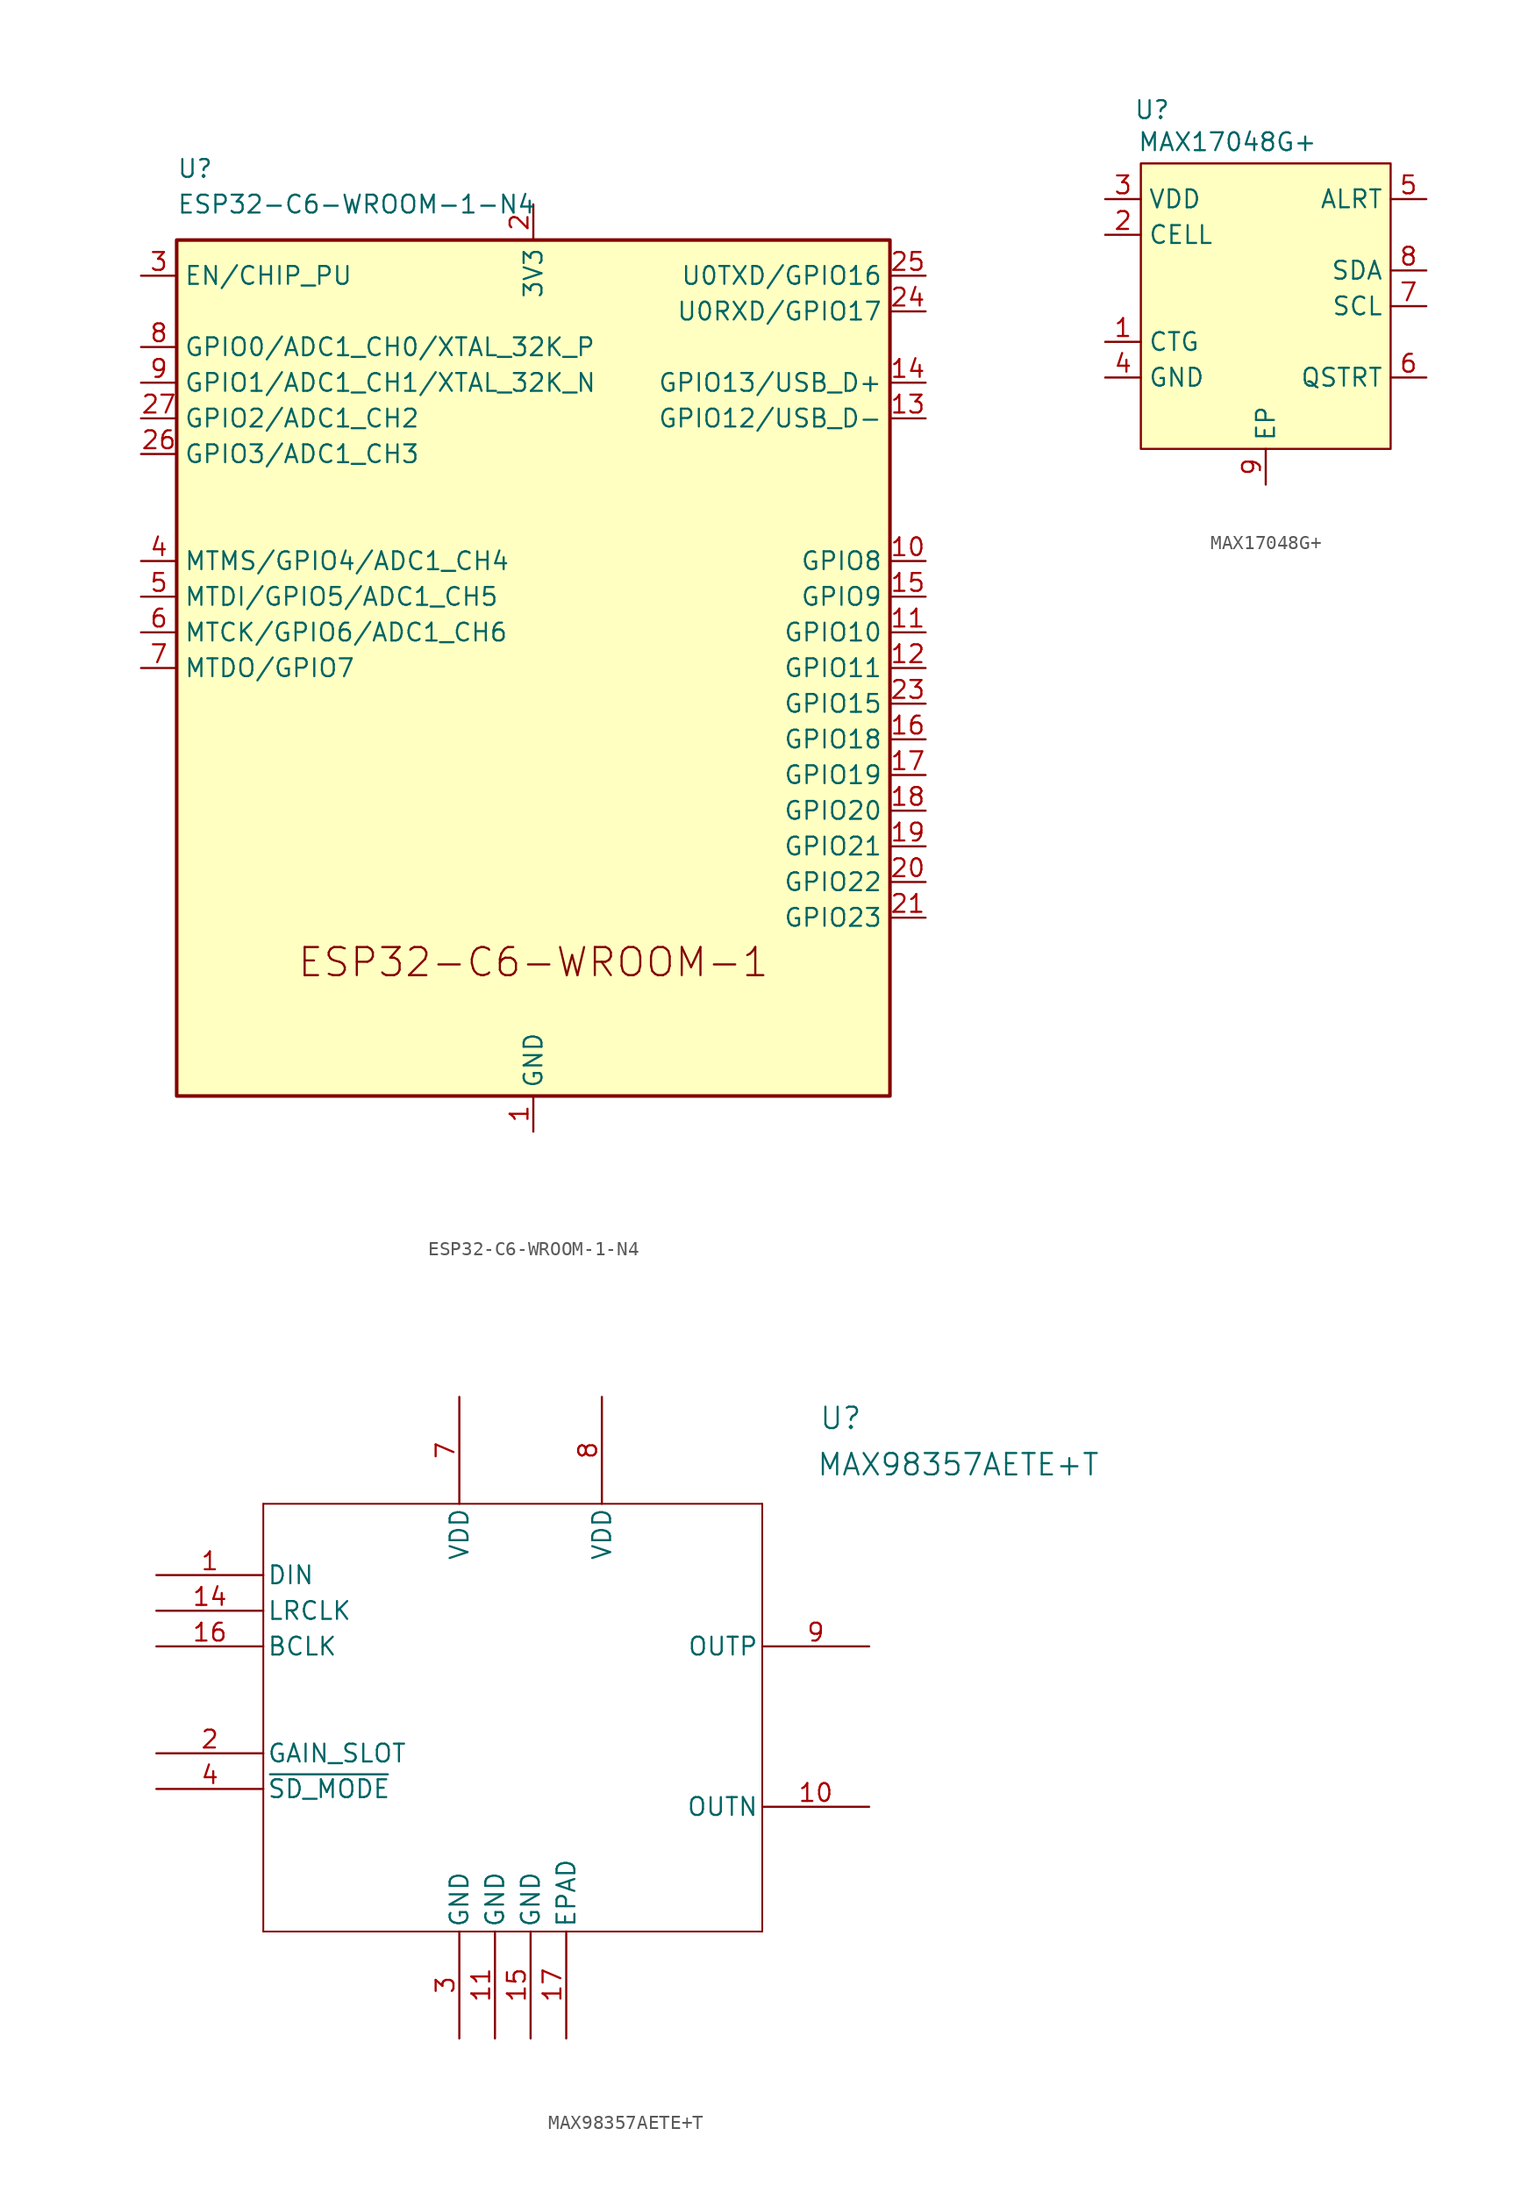
<source format=kicad_sym>
(kicad_symbol_lib
  (version 20231120)
  (generator "kicad_symbol_editor")
  (generator_version "8.0")
  (symbol "ESP32-C6-WROOM-1-N4"
    (property "Reference" "U"
      (at -25.4 35.56 0)
      (effects (font (size 1.27 1.27)) (justify left)))
    (property "Value" "ESP32-C6-WROOM-1-N4"
      (at -25.4 33.02 0)
      (effects (font (size 1.27 1.27)) (justify left)))
    (symbol "ESP32-C6-WROOM-1-N4_0_0"
      (text "ESP32-C6-WROOM-1" (at 0 -20.955 0) (effects (font (size 2 2)))))
    (symbol "ESP32-C6-WROOM-1-N4_0_1"
      (rectangle (start -25.4 30.48) (end 25.4 -30.48) (stroke (width 0.254) (type default)) (fill (type background))))
    (symbol "ESP32-C6-WROOM-1-N4_1_1"
      (pin power_in line (at 0 -33.02 90) (length 2.54) (name "GND" (effects (font (size 1.27 1.27)))) (number "1" (effects (font (size 1.27 1.27)))))
      (pin bidirectional line (at 27.94 7.62 180) (length 2.54) (name "GPIO8" (effects (font (size 1.27 1.27)))) (number "10" (effects (font (size 1.27 1.27)))))
      (pin bidirectional line (at 27.94 2.54 180) (length 2.54) (name "GPIO10" (effects (font (size 1.27 1.27)))) (number "11" (effects (font (size 1.27 1.27)))))
      (pin bidirectional line (at 27.94 0 180) (length 2.54) (name "GPIO11" (effects (font (size 1.27 1.27)))) (number "12" (effects (font (size 1.27 1.27)))))
      (pin bidirectional line (at 27.94 17.78 180) (length 2.54) (name "GPIO12/USB_D-" (effects (font (size 1.27 1.27)))) (number "13" (effects (font (size 1.27 1.27)))))
      (pin bidirectional line (at 27.94 20.32 180) (length 2.54) (name "GPIO13/USB_D+" (effects (font (size 1.27 1.27)))) (number "14" (effects (font (size 1.27 1.27)))))
      (pin bidirectional line (at 27.94 5.08 180) (length 2.54) (name "GPIO9" (effects (font (size 1.27 1.27)))) (number "15" (effects (font (size 1.27 1.27)))))
      (pin bidirectional line (at 27.94 -5.08 180) (length 2.54) (name "GPIO18" (effects (font (size 1.27 1.27)))) (number "16" (effects (font (size 1.27 1.27)))))
      (pin bidirectional line (at 27.94 -7.62 180) (length 2.54) (name "GPIO19" (effects (font (size 1.27 1.27)))) (number "17" (effects (font (size 1.27 1.27)))))
      (pin bidirectional line (at 27.94 -10.16 180) (length 2.54) (name "GPIO20" (effects (font (size 1.27 1.27)))) (number "18" (effects (font (size 1.27 1.27)))))
      (pin bidirectional line (at 27.94 -12.7 180) (length 2.54) (name "GPIO21" (effects (font (size 1.27 1.27)))) (number "19" (effects (font (size 1.27 1.27)))))
      (pin power_in line (at 0 33.02 270) (length 2.54) (name "3V3" (effects (font (size 1.27 1.27)))) (number "2" (effects (font (size 1.27 1.27)))))
      (pin bidirectional line (at 27.94 -15.24 180) (length 2.54) (name "GPIO22" (effects (font (size 1.27 1.27)))) (number "20" (effects (font (size 1.27 1.27)))))
      (pin bidirectional line (at 27.94 -17.78 180) (length 2.54) (name "GPIO23" (effects (font (size 1.27 1.27)))) (number "21" (effects (font (size 1.27 1.27)))))
      (pin no_connect line (at -25.4 -12.7 0) (length 2.54) hide (name "NC" (effects (font (size 1.27 1.27)))) (number "22" (effects (font (size 1.27 1.27)))))
      (pin bidirectional line (at 27.94 -2.54 180) (length 2.54) (name "GPIO15" (effects (font (size 1.27 1.27)))) (number "23" (effects (font (size 1.27 1.27)))))
      (pin bidirectional line (at 27.94 25.4 180) (length 2.54) (name "U0RXD/GPIO17" (effects (font (size 1.27 1.27)))) (number "24" (effects (font (size 1.27 1.27)))))
      (pin bidirectional line (at 27.94 27.94 180) (length 2.54) (name "U0TXD/GPIO16" (effects (font (size 1.27 1.27)))) (number "25" (effects (font (size 1.27 1.27)))))
      (pin bidirectional line (at -27.94 15.24 0) (length 2.54) (name "GPIO3/ADC1_CH3" (effects (font (size 1.27 1.27)))) (number "26" (effects (font (size 1.27 1.27)))))
      (pin bidirectional line (at -27.94 17.78 0) (length 2.54) (name "GPIO2/ADC1_CH2" (effects (font (size 1.27 1.27)))) (number "27" (effects (font (size 1.27 1.27)))))
      (pin passive line (at 0 -33.02 90) (length 2.54) hide (name "GND" (effects (font (size 1.27 1.27)))) (number "28" (effects (font (size 1.27 1.27)))))
      (pin passive line (at 0 -33.02 90) (length 2.54) hide (name "GND" (effects (font (size 1.27 1.27)))) (number "29" (effects (font (size 1.27 1.27)))))
      (pin input line (at -27.94 27.94 0) (length 2.54) (name "EN/CHIP_PU" (effects (font (size 1.27 1.27)))) (number "3" (effects (font (size 1.27 1.27)))))
      (pin bidirectional line (at -27.94 7.62 0) (length 2.54) (name "MTMS/GPIO4/ADC1_CH4" (effects (font (size 1.27 1.27)))) (number "4" (effects (font (size 1.27 1.27)))))
      (pin bidirectional line (at -27.94 5.08 0) (length 2.54) (name "MTDI/GPIO5/ADC1_CH5" (effects (font (size 1.27 1.27)))) (number "5" (effects (font (size 1.27 1.27)))))
      (pin bidirectional line (at -27.94 2.54 0) (length 2.54) (name "MTCK/GPIO6/ADC1_CH6" (effects (font (size 1.27 1.27)))) (number "6" (effects (font (size 1.27 1.27)))))
      (pin bidirectional line (at -27.94 0 0) (length 2.54) (name "MTDO/GPIO7" (effects (font (size 1.27 1.27)))) (number "7" (effects (font (size 1.27 1.27)))))
      (pin bidirectional line (at -27.94 22.86 0) (length 2.54) (name "GPIO0/ADC1_CH0/XTAL_32K_P" (effects (font (size 1.27 1.27)))) (number "8" (effects (font (size 1.27 1.27)))))
      (pin bidirectional line (at -27.94 20.32 0) (length 2.54) (name "GPIO1/ADC1_CH1/XTAL_32K_N" (effects (font (size 1.27 1.27)))) (number "9" (effects (font (size 1.27 1.27)))))))
  (symbol "MAX17048G+"
    (property "Reference" "U"
      (at -0.508 3.81 0)
      (effects (font (size 1.27 1.27)) (justify left)))
    (property "Value" "MAX17048G+"
      (at -0.254 1.524 0)
      (effects (font (size 1.27 1.27)) (justify left)))
    (symbol "MAX17048G+_1_1"
      (rectangle (start 0 0) (end 17.78 -20.32) (stroke (width 0) (type default)) (fill (type background)))
      (pin input line (at -2.54 -12.7 0) (length 2.54) (name "CTG" (effects (font (size 1.27 1.27)))) (number "1" (effects (font (size 1.27 1.27)))))
      (pin input line (at -2.54 -5.08 0) (length 2.54) (name "CELL" (effects (font (size 1.27 1.27)))) (number "2" (effects (font (size 1.27 1.27)))))
      (pin power_in line (at -2.54 -2.54 0) (length 2.54) (name "VDD" (effects (font (size 1.27 1.27)))) (number "3" (effects (font (size 1.27 1.27)))))
      (pin power_in line (at -2.54 -15.24 0) (length 2.54) (name "GND" (effects (font (size 1.27 1.27)))) (number "4" (effects (font (size 1.27 1.27)))))
      (pin input line (at 20.32 -2.54 180) (length 2.54) (name "ALRT" (effects (font (size 1.27 1.27)))) (number "5" (effects (font (size 1.27 1.27)))))
      (pin input line (at 20.32 -15.24 180) (length 2.54) (name "QSTRT" (effects (font (size 1.27 1.27)))) (number "6" (effects (font (size 1.27 1.27)))))
      (pin input line (at 20.32 -10.16 180) (length 2.54) (name "SCL" (effects (font (size 1.27 1.27)))) (number "7" (effects (font (size 1.27 1.27)))))
      (pin bidirectional line (at 20.32 -7.62 180) (length 2.54) (name "SDA" (effects (font (size 1.27 1.27)))) (number "8" (effects (font (size 1.27 1.27)))))
      (pin power_in line (at 8.89 -22.86 90) (length 2.54) (name "EP" (effects (font (size 1.27 1.27)))) (number "9" (effects (font (size 1.27 1.27)))))))
  (symbol "MAX98357AETE+T"
    (pin_names
      (offset 0.254))
    (property "Reference" "U"
      (at 48.768 11.176 0)
      (effects (font (size 1.524 1.524))))
    (property "Value" "MAX98357AETE+T"
      (at 57.15 7.874 0)
      (effects (font (size 1.524 1.524))))
    (symbol "MAX98357AETE+T_0_1"
      (polyline (pts (xy 7.62 -25.4) (xy 43.18 -25.4)) (stroke (width 0.127) (type default)) (fill (type none)))
      (polyline (pts (xy 7.62 5.08) (xy 7.62 -25.4)) (stroke (width 0.127) (type default)) (fill (type none)))
      (polyline (pts (xy 43.18 -25.4) (xy 43.18 5.08)) (stroke (width 0.127) (type default)) (fill (type none)))
      (polyline (pts (xy 43.18 5.08) (xy 7.62 5.08)) (stroke (width 0.127) (type default)) (fill (type none)))
      (pin unspecified line (at 0 0 0) (length 7.62) (name "DIN" (effects (font (size 1.27 1.27)))) (number "1" (effects (font (size 1.27 1.27)))))
      (pin output line (at 50.8 -16.51 180) (length 7.62) (name "OUTN" (effects (font (size 1.27 1.27)))) (number "10" (effects (font (size 1.27 1.27)))))
      (pin power_out line (at 24.13 -33.02 90) (length 7.62) (name "GND" (effects (font (size 1.27 1.27)))) (number "11" (effects (font (size 1.27 1.27)))))
      (pin unspecified line (at 0 -2.54 0) (length 7.62) (name "LRCLK" (effects (font (size 1.27 1.27)))) (number "14" (effects (font (size 1.27 1.27)))))
      (pin power_out line (at 26.67 -33.02 90) (length 7.62) (name "GND" (effects (font (size 1.27 1.27)))) (number "15" (effects (font (size 1.27 1.27)))))
      (pin unspecified line (at 0 -5.08 0) (length 7.62) (name "BCLK" (effects (font (size 1.27 1.27)))) (number "16" (effects (font (size 1.27 1.27)))))
      (pin unspecified line (at 29.21 -33.02 90) (length 7.62) (name "EPAD" (effects (font (size 1.27 1.27)))) (number "17" (effects (font (size 1.27 1.27)))))
      (pin unspecified line (at 0 -12.7 0) (length 7.62) (name "GAIN_SLOT" (effects (font (size 1.27 1.27)))) (number "2" (effects (font (size 1.27 1.27)))))
      (pin power_out line (at 21.59 -33.02 90) (length 7.62) (name "GND" (effects (font (size 1.27 1.27)))) (number "3" (effects (font (size 1.27 1.27)))))
      (pin power_in line (at 21.59 12.7 270) (length 7.62) (name "VDD" (effects (font (size 1.27 1.27)))) (number "7" (effects (font (size 1.27 1.27)))))
      (pin power_in line (at 31.75 12.7 270) (length 7.62) (name "VDD" (effects (font (size 1.27 1.27)))) (number "8" (effects (font (size 1.27 1.27)))))
      (pin output line (at 50.8 -5.08 180) (length 7.62) (name "OUTP" (effects (font (size 1.27 1.27)))) (number "9" (effects (font (size 1.27 1.27))))))
    (symbol "MAX98357AETE+T_1_1"
      (pin no_connect line (at 10.16 -33.02 90) (length 7.62) hide (name "N.C." (effects (font (size 1.27 1.27)))) (number "12" (effects (font (size 1.27 1.27)))))
      (pin no_connect line (at 12.7 -33.02 90) (length 7.62) hide (name "N.C." (effects (font (size 1.27 1.27)))) (number "13" (effects (font (size 1.27 1.27)))))
      (pin unspecified line (at 0 -15.24 0) (length 7.62) (name "~{SD_MODE}" (effects (font (size 1.27 1.27)))) (number "4" (effects (font (size 1.27 1.27)))))
      (pin no_connect line (at 34.29 -33.02 90) (length 7.62) hide (name "N.C." (effects (font (size 1.27 1.27)))) (number "5" (effects (font (size 1.27 1.27)))))
      (pin no_connect line (at 31.75 -33.02 90) (length 7.62) hide (name "N.C." (effects (font (size 1.27 1.27)))) (number "6" (effects (font (size 1.27 1.27))))))))
</source>
